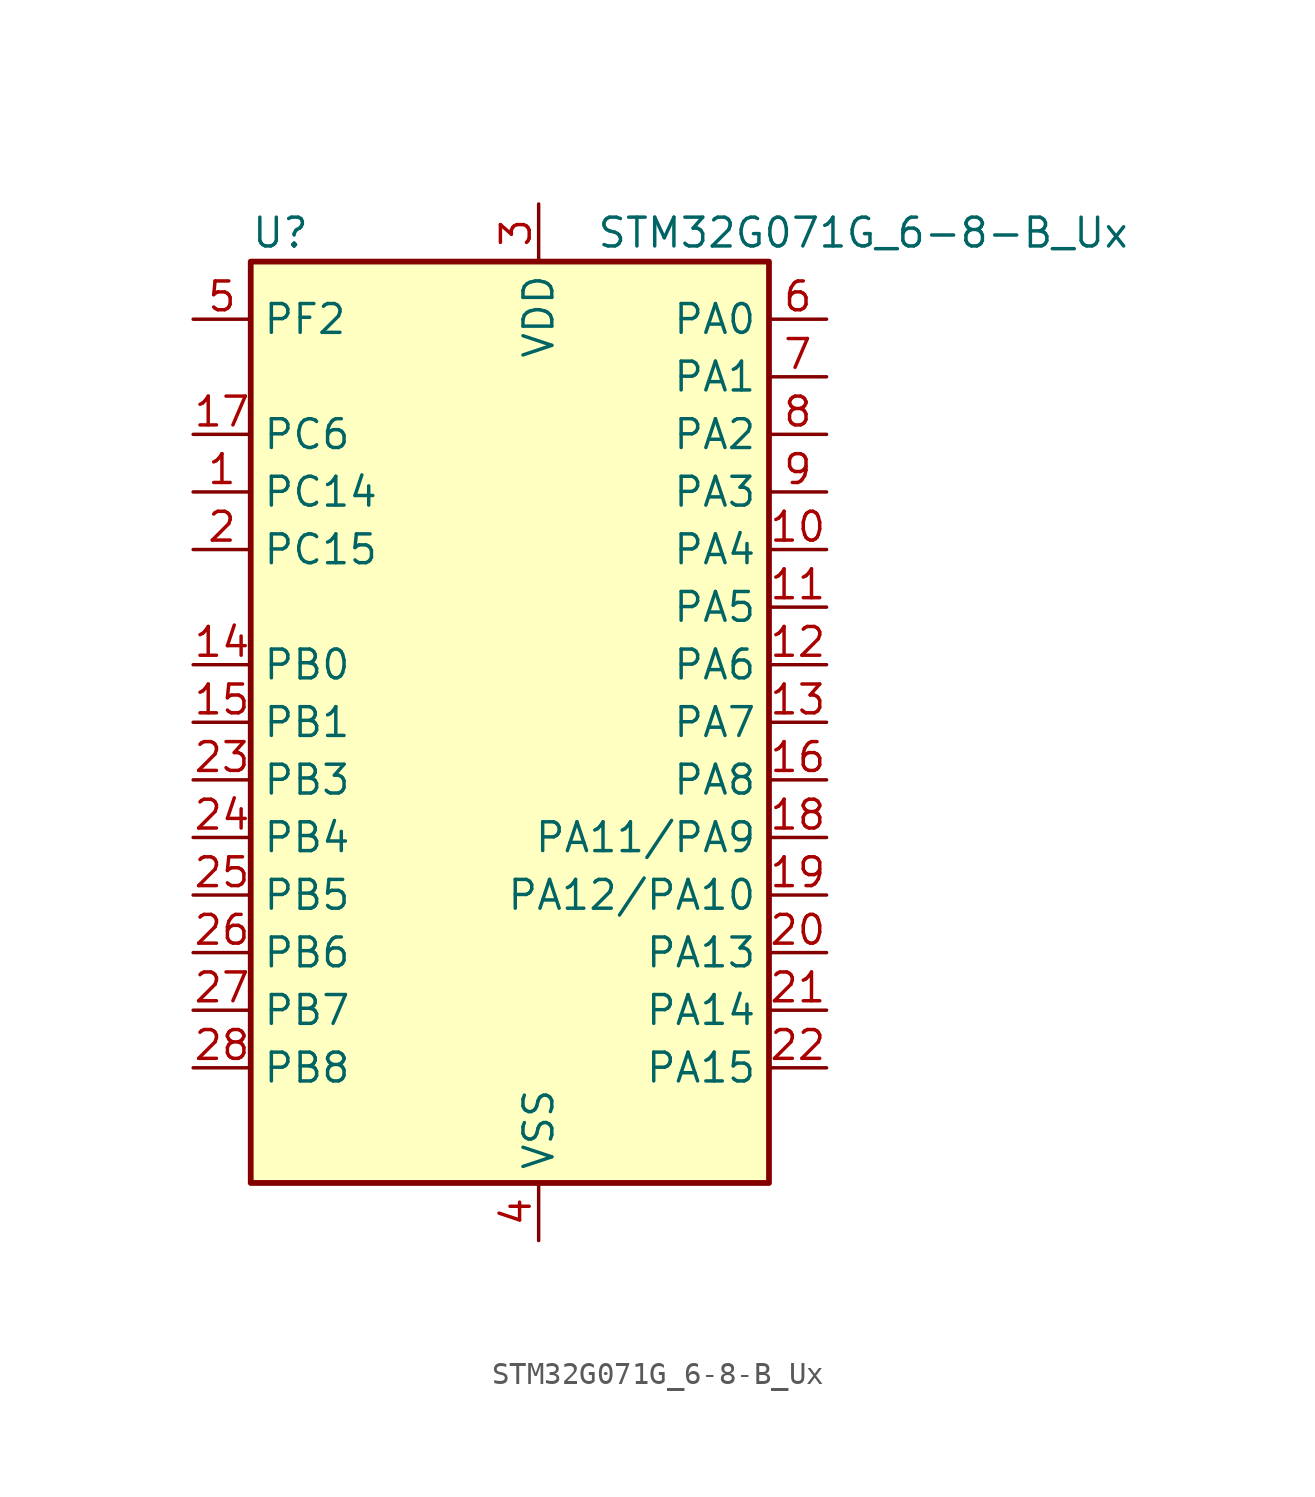
<source format=kicad_sym>
(kicad_symbol_lib
  (version 20231120)
  (generator "kicad_symbol_editor")
  (generator_version "8.0")
  (symbol "STM32G071G_6-8-B_Ux"
    (property "Reference" "U"
      (at -10.16 21.59 0)
      (effects (font (size 1.27 1.27)) (justify left)))
    (property "Value" "STM32G071G_6-8-B_Ux"
      (at 5.08 21.59 0)
      (effects (font (size 1.27 1.27)) (justify left)))
    (property "ki_locked" ""
      (at 0 0 0)
      (effects (font (size 1.27 1.27))))
    (symbol "STM32G071G_6-8-B_Ux_0_1"
      (rectangle (start -10.16 -20.32) (end 12.7 20.32) (stroke (width 0.254) (type default)) (fill (type background))))
    (symbol "STM32G071G_6-8-B_Ux_1_1"
      (pin bidirectional line (at -12.7 10.16 0) (length 2.54) (name "PC14" (effects (font (size 1.27 1.27)))) (number "1" (effects (font (size 1.27 1.27)))) (alternate "RCC_OSC32_IN" bidirectional line) (alternate "RCC_OSC_IN" bidirectional line) (alternate "TIM1_BK2" bidirectional line))
      (pin bidirectional line (at 15.24 7.62 180) (length 2.54) (name "PA4" (effects (font (size 1.27 1.27)))) (number "10" (effects (font (size 1.27 1.27)))) (alternate "ADC1_IN4" bidirectional line) (alternate "DAC1_OUT1" bidirectional line) (alternate "I2S1_WS" bidirectional line) (alternate "LPTIM2_OUT" bidirectional line) (alternate "RTC_OUT_ALARM" bidirectional line) (alternate "RTC_OUT_CALIB" bidirectional line) (alternate "RTC_TAMP_IN1" bidirectional line) (alternate "RTC_TS" bidirectional line) (alternate "SPI1_NSS" bidirectional line) (alternate "SPI2_MOSI" bidirectional line) (alternate "SYS_WKUP2" bidirectional line) (alternate "TIM14_CH1" bidirectional line))
      (pin bidirectional line (at 15.24 5.08 180) (length 2.54) (name "PA5" (effects (font (size 1.27 1.27)))) (number "11" (effects (font (size 1.27 1.27)))) (alternate "ADC1_IN5" bidirectional line) (alternate "CEC" bidirectional line) (alternate "DAC1_OUT2" bidirectional line) (alternate "I2S1_CK" bidirectional line) (alternate "LPTIM2_ETR" bidirectional line) (alternate "SPI1_SCK" bidirectional line) (alternate "TIM2_CH1" bidirectional line) (alternate "TIM2_ETR" bidirectional line) (alternate "UCPD1_FRSTX1" bidirectional line) (alternate "UCPD1_FRSTX2" bidirectional line) (alternate "USART3_TX" bidirectional line))
      (pin bidirectional line (at 15.24 2.54 180) (length 2.54) (name "PA6" (effects (font (size 1.27 1.27)))) (number "12" (effects (font (size 1.27 1.27)))) (alternate "ADC1_IN6" bidirectional line) (alternate "COMP1_OUT" bidirectional line) (alternate "I2S1_MCK" bidirectional line) (alternate "LPUART1_CTS" bidirectional line) (alternate "SPI1_MISO" bidirectional line) (alternate "TIM16_CH1" bidirectional line) (alternate "TIM1_BK" bidirectional line) (alternate "TIM3_CH1" bidirectional line) (alternate "USART3_CTS" bidirectional line) (alternate "USART3_NSS" bidirectional line))
      (pin bidirectional line (at 15.24 0 180) (length 2.54) (name "PA7" (effects (font (size 1.27 1.27)))) (number "13" (effects (font (size 1.27 1.27)))) (alternate "ADC1_IN7" bidirectional line) (alternate "COMP2_OUT" bidirectional line) (alternate "I2S1_SD" bidirectional line) (alternate "SPI1_MOSI" bidirectional line) (alternate "TIM14_CH1" bidirectional line) (alternate "TIM17_CH1" bidirectional line) (alternate "TIM1_CH1N" bidirectional line) (alternate "TIM3_CH2" bidirectional line) (alternate "UCPD1_FRSTX1" bidirectional line) (alternate "UCPD1_FRSTX2" bidirectional line))
      (pin bidirectional line (at -12.7 2.54 0) (length 2.54) (name "PB0" (effects (font (size 1.27 1.27)))) (number "14" (effects (font (size 1.27 1.27)))) (alternate "ADC1_IN8" bidirectional line) (alternate "COMP1_OUT" bidirectional line) (alternate "I2S1_WS" bidirectional line) (alternate "LPTIM1_OUT" bidirectional line) (alternate "SPI1_NSS" bidirectional line) (alternate "TIM1_CH2N" bidirectional line) (alternate "TIM3_CH3" bidirectional line) (alternate "UCPD1_FRSTX1" bidirectional line) (alternate "UCPD1_FRSTX2" bidirectional line) (alternate "USART3_RX" bidirectional line))
      (pin bidirectional line (at -12.7 0 0) (length 2.54) (name "PB1" (effects (font (size 1.27 1.27)))) (number "15" (effects (font (size 1.27 1.27)))) (alternate "ADC1_IN9" bidirectional line) (alternate "COMP1_INM" bidirectional line) (alternate "LPTIM2_IN1" bidirectional line) (alternate "LPUART1_DE" bidirectional line) (alternate "LPUART1_RTS" bidirectional line) (alternate "TIM14_CH1" bidirectional line) (alternate "TIM1_CH3N" bidirectional line) (alternate "TIM3_CH4" bidirectional line) (alternate "USART3_CK" bidirectional line) (alternate "USART3_DE" bidirectional line) (alternate "USART3_RTS" bidirectional line))
      (pin bidirectional line (at 15.24 -2.54 180) (length 2.54) (name "PA8" (effects (font (size 1.27 1.27)))) (number "16" (effects (font (size 1.27 1.27)))) (alternate "LPTIM2_OUT" bidirectional line) (alternate "RCC_MCO" bidirectional line) (alternate "SPI2_NSS" bidirectional line) (alternate "TIM1_CH1" bidirectional line) (alternate "UCPD1_CC1" bidirectional line))
      (pin bidirectional line (at -12.7 12.7 0) (length 2.54) (name "PC6" (effects (font (size 1.27 1.27)))) (number "17" (effects (font (size 1.27 1.27)))) (alternate "TIM2_CH3" bidirectional line) (alternate "TIM3_CH1" bidirectional line) (alternate "UCPD1_FRSTX1" bidirectional line) (alternate "UCPD1_FRSTX2" bidirectional line))
      (pin bidirectional line (at 15.24 -5.08 180) (length 2.54) (name "PA11/PA9" (effects (font (size 1.27 1.27)))) (number "18" (effects (font (size 1.27 1.27)))) (alternate "ADC1_EXTI11" bidirectional line) (alternate "COMP1_OUT" bidirectional line) (alternate "I2C2_SCL" bidirectional line) (alternate "I2S1_MCK" bidirectional line) (alternate "SPI1_MISO" bidirectional line) (alternate "TIM1_BK2" bidirectional line) (alternate "TIM1_CH4" bidirectional line) (alternate "USART1_CTS" bidirectional line) (alternate "USART1_NSS" bidirectional line))
      (pin bidirectional line (at 15.24 -7.62 180) (length 2.54) (name "PA12/PA10" (effects (font (size 1.27 1.27)))) (number "19" (effects (font (size 1.27 1.27)))) (alternate "COMP2_OUT" bidirectional line) (alternate "I2C2_SDA" bidirectional line) (alternate "I2S1_SD" bidirectional line) (alternate "I2S_CKIN" bidirectional line) (alternate "SPI1_MOSI" bidirectional line) (alternate "TIM1_ETR" bidirectional line) (alternate "USART1_CK" bidirectional line) (alternate "USART1_DE" bidirectional line) (alternate "USART1_RTS" bidirectional line))
      (pin bidirectional line (at -12.7 7.62 0) (length 2.54) (name "PC15" (effects (font (size 1.27 1.27)))) (number "2" (effects (font (size 1.27 1.27)))) (alternate "RCC_OSC32_EN" bidirectional line) (alternate "RCC_OSC32_OUT" bidirectional line) (alternate "RCC_OSC_EN" bidirectional line) (alternate "TIM15_BK" bidirectional line))
      (pin bidirectional line (at 15.24 -10.16 180) (length 2.54) (name "PA13" (effects (font (size 1.27 1.27)))) (number "20" (effects (font (size 1.27 1.27)))) (alternate "IR_OUT" bidirectional line) (alternate "SYS_SWDIO" bidirectional line))
      (pin bidirectional line (at 15.24 -12.7 180) (length 2.54) (name "PA14" (effects (font (size 1.27 1.27)))) (number "21" (effects (font (size 1.27 1.27)))) (alternate "SYS_SWCLK" bidirectional line) (alternate "USART2_TX" bidirectional line))
      (pin bidirectional line (at 15.24 -15.24 180) (length 2.54) (name "PA15" (effects (font (size 1.27 1.27)))) (number "22" (effects (font (size 1.27 1.27)))) (alternate "I2S1_WS" bidirectional line) (alternate "SPI1_NSS" bidirectional line) (alternate "TIM2_CH1" bidirectional line) (alternate "TIM2_ETR" bidirectional line) (alternate "USART2_RX" bidirectional line) (alternate "USART3_CK" bidirectional line) (alternate "USART3_DE" bidirectional line) (alternate "USART3_RTS" bidirectional line) (alternate "USART4_CK" bidirectional line) (alternate "USART4_DE" bidirectional line) (alternate "USART4_RTS" bidirectional line))
      (pin bidirectional line (at -12.7 -2.54 0) (length 2.54) (name "PB3" (effects (font (size 1.27 1.27)))) (number "23" (effects (font (size 1.27 1.27)))) (alternate "COMP2_INM" bidirectional line) (alternate "I2S1_CK" bidirectional line) (alternate "SPI1_SCK" bidirectional line) (alternate "TIM1_CH2" bidirectional line) (alternate "TIM2_CH2" bidirectional line) (alternate "USART1_CK" bidirectional line) (alternate "USART1_DE" bidirectional line) (alternate "USART1_RTS" bidirectional line))
      (pin bidirectional line (at -12.7 -5.08 0) (length 2.54) (name "PB4" (effects (font (size 1.27 1.27)))) (number "24" (effects (font (size 1.27 1.27)))) (alternate "COMP2_INP" bidirectional line) (alternate "I2S1_MCK" bidirectional line) (alternate "SPI1_MISO" bidirectional line) (alternate "TIM17_BK" bidirectional line) (alternate "TIM3_CH1" bidirectional line) (alternate "USART1_CTS" bidirectional line) (alternate "USART1_NSS" bidirectional line))
      (pin bidirectional line (at -12.7 -7.62 0) (length 2.54) (name "PB5" (effects (font (size 1.27 1.27)))) (number "25" (effects (font (size 1.27 1.27)))) (alternate "COMP2_OUT" bidirectional line) (alternate "I2C1_SMBA" bidirectional line) (alternate "I2S1_SD" bidirectional line) (alternate "LPTIM1_IN1" bidirectional line) (alternate "SPI1_MOSI" bidirectional line) (alternate "SYS_WKUP6" bidirectional line) (alternate "TIM16_BK" bidirectional line) (alternate "TIM3_CH2" bidirectional line))
      (pin bidirectional line (at -12.7 -10.16 0) (length 2.54) (name "PB6" (effects (font (size 1.27 1.27)))) (number "26" (effects (font (size 1.27 1.27)))) (alternate "COMP2_INP" bidirectional line) (alternate "I2C1_SCL" bidirectional line) (alternate "LPTIM1_ETR" bidirectional line) (alternate "SPI2_MISO" bidirectional line) (alternate "TIM16_CH1N" bidirectional line) (alternate "TIM1_CH3" bidirectional line) (alternate "USART1_TX" bidirectional line))
      (pin bidirectional line (at -12.7 -12.7 0) (length 2.54) (name "PB7" (effects (font (size 1.27 1.27)))) (number "27" (effects (font (size 1.27 1.27)))) (alternate "COMP2_INM" bidirectional line) (alternate "I2C1_SDA" bidirectional line) (alternate "LPTIM1_IN2" bidirectional line) (alternate "SPI2_MOSI" bidirectional line) (alternate "SYS_PVD_IN" bidirectional line) (alternate "TIM17_CH1N" bidirectional line) (alternate "USART1_RX" bidirectional line) (alternate "USART4_CTS" bidirectional line) (alternate "USART4_NSS" bidirectional line))
      (pin bidirectional line (at -12.7 -15.24 0) (length 2.54) (name "PB8" (effects (font (size 1.27 1.27)))) (number "28" (effects (font (size 1.27 1.27)))) (alternate "CEC" bidirectional line) (alternate "I2C1_SCL" bidirectional line) (alternate "SPI2_SCK" bidirectional line) (alternate "TIM15_BK" bidirectional line) (alternate "TIM16_CH1" bidirectional line) (alternate "USART3_TX" bidirectional line))
      (pin power_in line (at 2.54 22.86 270) (length 2.54) (name "VDD" (effects (font (size 1.27 1.27)))) (number "3" (effects (font (size 1.27 1.27)))))
      (pin power_in line (at 2.54 -22.86 90) (length 2.54) (name "VSS" (effects (font (size 1.27 1.27)))) (number "4" (effects (font (size 1.27 1.27)))))
      (pin bidirectional line (at -12.7 17.78 0) (length 2.54) (name "PF2" (effects (font (size 1.27 1.27)))) (number "5" (effects (font (size 1.27 1.27)))) (alternate "RCC_MCO" bidirectional line))
      (pin bidirectional line (at 15.24 17.78 180) (length 2.54) (name "PA0" (effects (font (size 1.27 1.27)))) (number "6" (effects (font (size 1.27 1.27)))) (alternate "ADC1_IN0" bidirectional line) (alternate "COMP1_INM" bidirectional line) (alternate "COMP1_OUT" bidirectional line) (alternate "LPTIM1_OUT" bidirectional line) (alternate "RTC_TAMP_IN2" bidirectional line) (alternate "SPI2_SCK" bidirectional line) (alternate "SYS_WKUP1" bidirectional line) (alternate "TIM2_CH1" bidirectional line) (alternate "TIM2_ETR" bidirectional line) (alternate "USART2_CTS" bidirectional line) (alternate "USART2_NSS" bidirectional line) (alternate "USART4_TX" bidirectional line))
      (pin bidirectional line (at 15.24 15.24 180) (length 2.54) (name "PA1" (effects (font (size 1.27 1.27)))) (number "7" (effects (font (size 1.27 1.27)))) (alternate "ADC1_IN1" bidirectional line) (alternate "COMP1_INP" bidirectional line) (alternate "I2C1_SMBA" bidirectional line) (alternate "I2S1_CK" bidirectional line) (alternate "SPI1_SCK" bidirectional line) (alternate "TIM15_CH1N" bidirectional line) (alternate "TIM2_CH2" bidirectional line) (alternate "USART2_CK" bidirectional line) (alternate "USART2_DE" bidirectional line) (alternate "USART2_RTS" bidirectional line) (alternate "USART4_RX" bidirectional line))
      (pin bidirectional line (at 15.24 12.7 180) (length 2.54) (name "PA2" (effects (font (size 1.27 1.27)))) (number "8" (effects (font (size 1.27 1.27)))) (alternate "ADC1_IN2" bidirectional line) (alternate "COMP2_INM" bidirectional line) (alternate "COMP2_OUT" bidirectional line) (alternate "I2S1_SD" bidirectional line) (alternate "LPUART1_TX" bidirectional line) (alternate "RCC_LSCO" bidirectional line) (alternate "SPI1_MOSI" bidirectional line) (alternate "SYS_WKUP4" bidirectional line) (alternate "TIM15_CH1" bidirectional line) (alternate "TIM2_CH3" bidirectional line) (alternate "UCPD1_FRSTX1" bidirectional line) (alternate "UCPD1_FRSTX2" bidirectional line) (alternate "USART2_TX" bidirectional line))
      (pin bidirectional line (at 15.24 10.16 180) (length 2.54) (name "PA3" (effects (font (size 1.27 1.27)))) (number "9" (effects (font (size 1.27 1.27)))) (alternate "ADC1_IN3" bidirectional line) (alternate "COMP2_INP" bidirectional line) (alternate "LPUART1_RX" bidirectional line) (alternate "SPI2_MISO" bidirectional line) (alternate "TIM15_CH2" bidirectional line) (alternate "TIM2_CH4" bidirectional line) (alternate "USART2_RX" bidirectional line)))))
</source>
